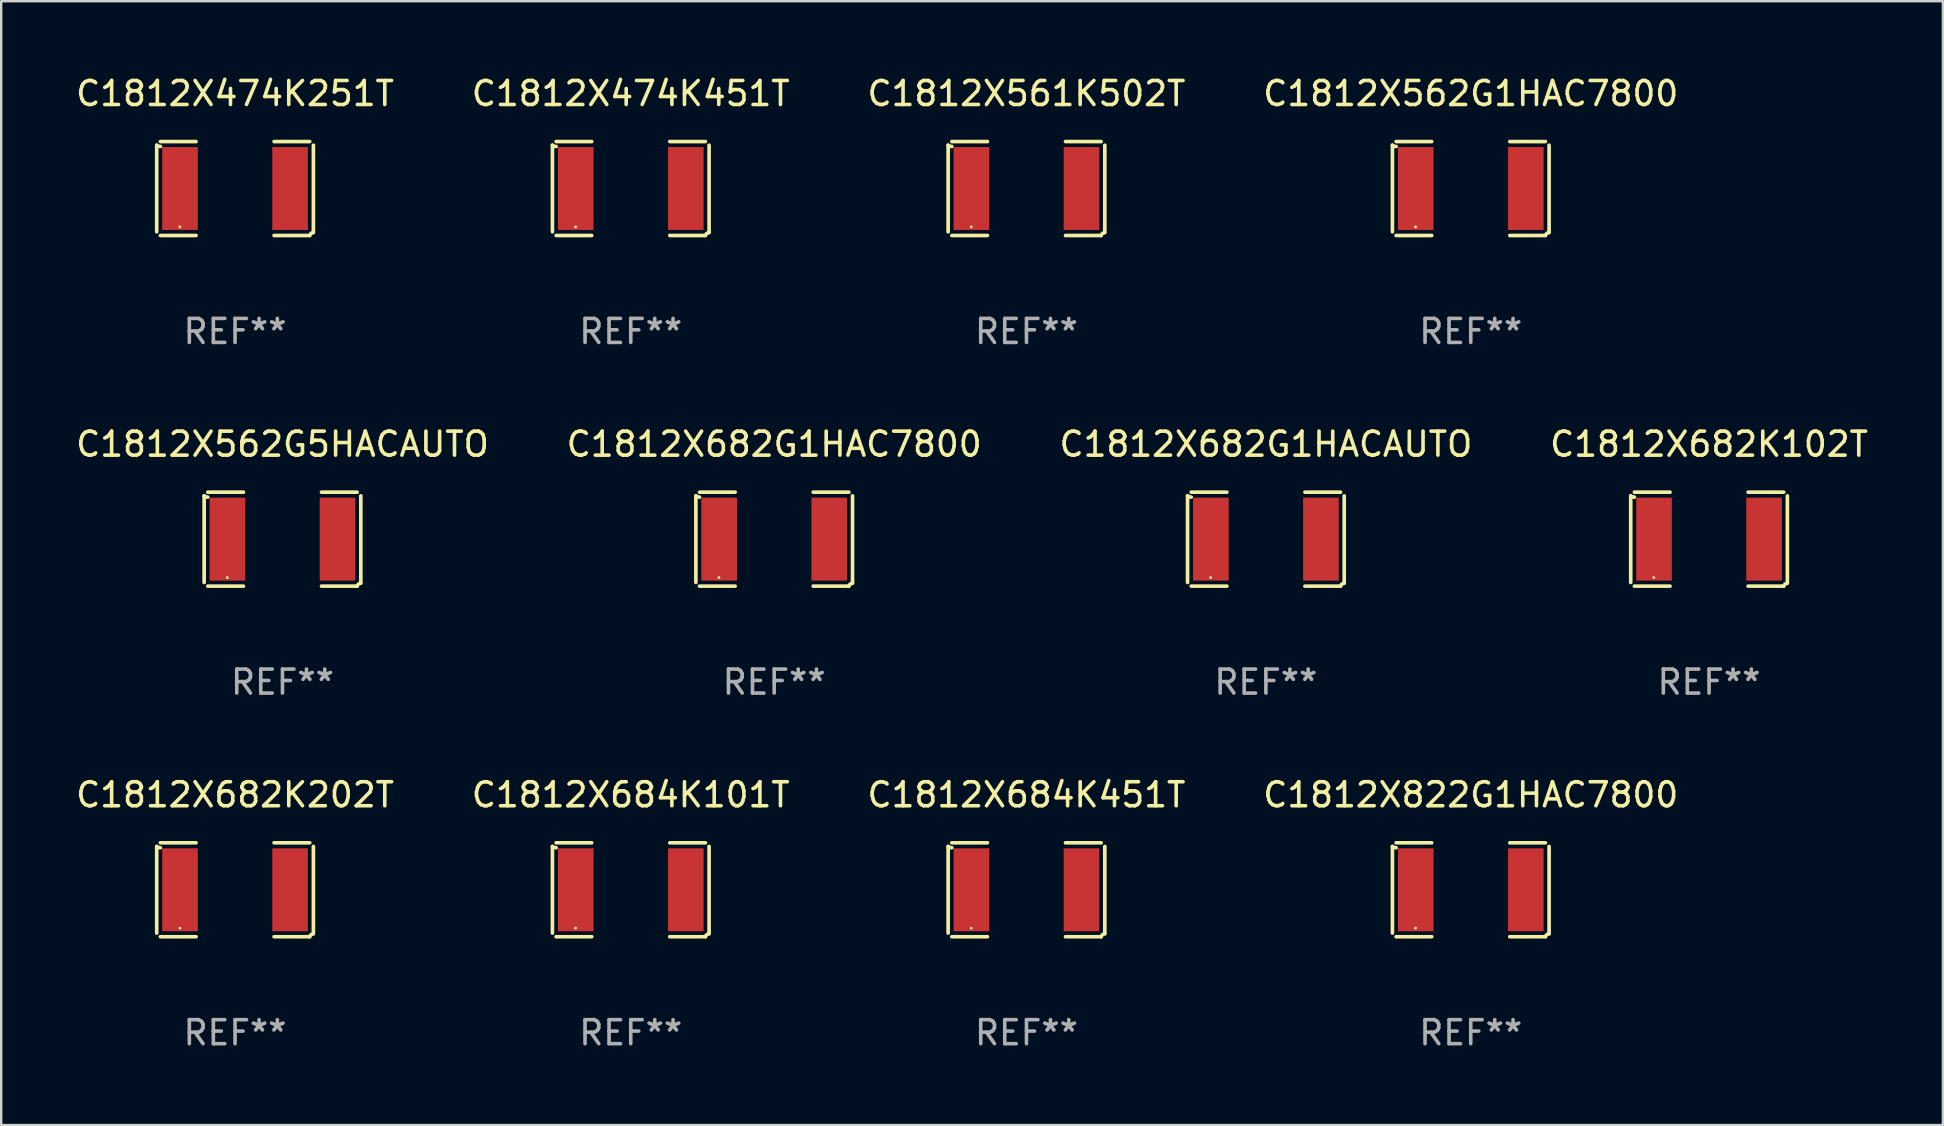
<source format=kicad_pcb>
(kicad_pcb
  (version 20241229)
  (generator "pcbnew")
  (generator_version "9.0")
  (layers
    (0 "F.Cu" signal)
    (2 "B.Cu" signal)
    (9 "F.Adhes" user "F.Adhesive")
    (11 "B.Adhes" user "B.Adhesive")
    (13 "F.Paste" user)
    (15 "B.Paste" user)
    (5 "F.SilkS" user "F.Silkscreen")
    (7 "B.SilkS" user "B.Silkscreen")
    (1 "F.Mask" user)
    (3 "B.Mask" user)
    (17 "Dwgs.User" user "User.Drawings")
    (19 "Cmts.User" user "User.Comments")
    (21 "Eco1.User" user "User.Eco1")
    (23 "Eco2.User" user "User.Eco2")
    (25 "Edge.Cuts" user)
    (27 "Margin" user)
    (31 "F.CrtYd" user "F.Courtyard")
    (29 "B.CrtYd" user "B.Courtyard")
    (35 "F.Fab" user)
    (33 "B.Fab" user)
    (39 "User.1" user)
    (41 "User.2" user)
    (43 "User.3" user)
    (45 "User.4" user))
  (footprint "C1812X561K502T"
    (layer "F.Cu")
    (at 39.72 4.805)
    (property "Reference" "C1812X561K502T" (at 0 -3.957 0) (layer "F.SilkS") (effects (font (size 1 1) (thickness 0.15))))
    (attr through_hole)
    (fp_line (start -3.264 1.804) (end -3.264 -1.804) (stroke (width 0.152) (type solid)) (layer "F.SilkS"))
    (fp_line (start -3.111 -1.957) (end -1.626 -1.957) (stroke (width 0.152) (type solid)) (layer "F.SilkS"))
    (fp_line (start -1.626 1.957) (end -3.111 1.957) (stroke (width 0.152) (type solid)) (layer "F.SilkS"))
    (fp_line (start 1.626 1.957) (end 3.111 1.957) (stroke (width 0.152) (type solid)) (layer "F.SilkS"))
    (fp_line (start 3.111 -1.957) (end 1.626 -1.957) (stroke (width 0.152) (type solid)) (layer "F.SilkS"))
    (fp_line (start 3.264 1.804) (end 3.264 -1.804) (stroke (width 0.152) (type solid)) (layer "F.SilkS"))
    (fp_arc (start -3.111202 -1.752192) (mid -3.191715 -1.76555) (end -3.263602 -1.804191) (stroke (width 0.1524) (type solid)) (layer "F.SilkS"))
    (fp_arc (start 3.111201 1.956591) (mid 3.167789 1.872777) (end 3.263602 1.840424) (stroke (width 0.1524) (type solid)) (layer "F.SilkS"))
    (fp_circle (center -2.3 1.6) (end -2.27 1.6) (stroke (width 0.06) (type solid)) (fill no) (layer "F.SilkS"))
    (fp_text user "REF**" (at 0 5.957 0) (layer "F.Fab") (effects (font (size 1 1) (thickness 0.15))))
    (pad "1" smd rect (at -2.293 0) (size 1.485 3.456) (layers "F.Cu" "F.Mask" "F.Paste"))
    (pad "2" smd rect (at 2.293 0) (size 1.485 3.456) (layers "F.Cu" "F.Mask" "F.Paste")))
  (footprint "C1812X682G1HAC7800"
    (layer "F.Cu")
    (at 29.208 19.415)
    (property "Reference" "C1812X682G1HAC7800" (at 0 -3.957 0) (layer "F.SilkS") (effects (font (size 1 1) (thickness 0.15))))
    (attr through_hole)
    (fp_line (start -3.264 1.804) (end -3.264 -1.804) (stroke (width 0.152) (type solid)) (layer "F.SilkS"))
    (fp_line (start -3.111 -1.957) (end -1.626 -1.957) (stroke (width 0.152) (type solid)) (layer "F.SilkS"))
    (fp_line (start -1.626 1.957) (end -3.111 1.957) (stroke (width 0.152) (type solid)) (layer "F.SilkS"))
    (fp_line (start 1.626 1.957) (end 3.111 1.957) (stroke (width 0.152) (type solid)) (layer "F.SilkS"))
    (fp_line (start 3.111 -1.957) (end 1.626 -1.957) (stroke (width 0.152) (type solid)) (layer "F.SilkS"))
    (fp_line (start 3.264 1.804) (end 3.264 -1.804) (stroke (width 0.152) (type solid)) (layer "F.SilkS"))
    (fp_arc (start -3.111202 -1.752192) (mid -3.191715 -1.76555) (end -3.263602 -1.804191) (stroke (width 0.1524) (type solid)) (layer "F.SilkS"))
    (fp_arc (start 3.111201 1.956591) (mid 3.167789 1.872777) (end 3.263602 1.840424) (stroke (width 0.1524) (type solid)) (layer "F.SilkS"))
    (fp_circle (center -2.3 1.6) (end -2.27 1.6) (stroke (width 0.06) (type solid)) (fill no) (layer "F.SilkS"))
    (fp_text user "REF**" (at 0 5.957 0) (layer "F.Fab") (effects (font (size 1 1) (thickness 0.15))))
    (pad "1" smd rect (at -2.293 0) (size 1.485 3.456) (layers "F.Cu" "F.Mask" "F.Paste"))
    (pad "2" smd rect (at 2.293 0) (size 1.485 3.456) (layers "F.Cu" "F.Mask" "F.Paste")))
  (footprint "C1812X684K101T"
    (layer "F.Cu")
    (at 23.232 34.024)
    (property "Reference" "C1812X684K101T" (at 0 -3.957 0) (layer "F.SilkS") (effects (font (size 1 1) (thickness 0.15))))
    (attr through_hole)
    (fp_line (start -3.264 1.804) (end -3.264 -1.804) (stroke (width 0.152) (type solid)) (layer "F.SilkS"))
    (fp_line (start -3.111 -1.957) (end -1.626 -1.957) (stroke (width 0.152) (type solid)) (layer "F.SilkS"))
    (fp_line (start -1.626 1.957) (end -3.111 1.957) (stroke (width 0.152) (type solid)) (layer "F.SilkS"))
    (fp_line (start 1.626 1.957) (end 3.111 1.957) (stroke (width 0.152) (type solid)) (layer "F.SilkS"))
    (fp_line (start 3.111 -1.957) (end 1.626 -1.957) (stroke (width 0.152) (type solid)) (layer "F.SilkS"))
    (fp_line (start 3.264 1.804) (end 3.264 -1.804) (stroke (width 0.152) (type solid)) (layer "F.SilkS"))
    (fp_arc (start -3.111202 -1.752192) (mid -3.191715 -1.76555) (end -3.263602 -1.804191) (stroke (width 0.1524) (type solid)) (layer "F.SilkS"))
    (fp_arc (start 3.111201 1.956591) (mid 3.167789 1.872777) (end 3.263602 1.840424) (stroke (width 0.1524) (type solid)) (layer "F.SilkS"))
    (fp_circle (center -2.3 1.6) (end -2.27 1.6) (stroke (width 0.06) (type solid)) (fill no) (layer "F.SilkS"))
    (fp_text user "REF**" (at 0 5.957 0) (layer "F.Fab") (effects (font (size 1 1) (thickness 0.15))))
    (pad "1" smd rect (at -2.293 0) (size 1.485 3.456) (layers "F.Cu" "F.Mask" "F.Paste"))
    (pad "2" smd rect (at 2.293 0) (size 1.485 3.456) (layers "F.Cu" "F.Mask" "F.Paste")))
  (footprint "C1812X474K451T"
    (layer "F.Cu")
    (at 23.232 4.805)
    (property "Reference" "C1812X474K451T" (at 0 -3.957 0) (layer "F.SilkS") (effects (font (size 1 1) (thickness 0.15))))
    (attr through_hole)
    (fp_line (start -3.264 1.804) (end -3.264 -1.804) (stroke (width 0.152) (type solid)) (layer "F.SilkS"))
    (fp_line (start -3.111 -1.957) (end -1.626 -1.957) (stroke (width 0.152) (type solid)) (layer "F.SilkS"))
    (fp_line (start -1.626 1.957) (end -3.111 1.957) (stroke (width 0.152) (type solid)) (layer "F.SilkS"))
    (fp_line (start 1.626 1.957) (end 3.111 1.957) (stroke (width 0.152) (type solid)) (layer "F.SilkS"))
    (fp_line (start 3.111 -1.957) (end 1.626 -1.957) (stroke (width 0.152) (type solid)) (layer "F.SilkS"))
    (fp_line (start 3.264 1.804) (end 3.264 -1.804) (stroke (width 0.152) (type solid)) (layer "F.SilkS"))
    (fp_arc (start -3.111202 -1.752192) (mid -3.191715 -1.76555) (end -3.263602 -1.804191) (stroke (width 0.1524) (type solid)) (layer "F.SilkS"))
    (fp_arc (start 3.111201 1.956591) (mid 3.167789 1.872777) (end 3.263602 1.840424) (stroke (width 0.1524) (type solid)) (layer "F.SilkS"))
    (fp_circle (center -2.3 1.6) (end -2.27 1.6) (stroke (width 0.06) (type solid)) (fill no) (layer "F.SilkS"))
    (fp_text user "REF**" (at 0 5.957 0) (layer "F.Fab") (effects (font (size 1 1) (thickness 0.15))))
    (pad "1" smd rect (at -2.293 0) (size 1.485 3.456) (layers "F.Cu" "F.Mask" "F.Paste"))
    (pad "2" smd rect (at 2.293 0) (size 1.485 3.456) (layers "F.Cu" "F.Mask" "F.Paste")))
  (footprint "C1812X684K451T"
    (layer "F.Cu")
    (at 39.72 34.024)
    (property "Reference" "C1812X684K451T" (at 0 -3.957 0) (layer "F.SilkS") (effects (font (size 1 1) (thickness 0.15))))
    (attr through_hole)
    (fp_line (start -3.264 1.804) (end -3.264 -1.804) (stroke (width 0.152) (type solid)) (layer "F.SilkS"))
    (fp_line (start -3.111 -1.957) (end -1.626 -1.957) (stroke (width 0.152) (type solid)) (layer "F.SilkS"))
    (fp_line (start -1.626 1.957) (end -3.111 1.957) (stroke (width 0.152) (type solid)) (layer "F.SilkS"))
    (fp_line (start 1.626 1.957) (end 3.111 1.957) (stroke (width 0.152) (type solid)) (layer "F.SilkS"))
    (fp_line (start 3.111 -1.957) (end 1.626 -1.957) (stroke (width 0.152) (type solid)) (layer "F.SilkS"))
    (fp_line (start 3.264 1.804) (end 3.264 -1.804) (stroke (width 0.152) (type solid)) (layer "F.SilkS"))
    (fp_arc (start -3.111202 -1.752192) (mid -3.191715 -1.76555) (end -3.263602 -1.804191) (stroke (width 0.1524) (type solid)) (layer "F.SilkS"))
    (fp_arc (start 3.111201 1.956591) (mid 3.167789 1.872777) (end 3.263602 1.840424) (stroke (width 0.1524) (type solid)) (layer "F.SilkS"))
    (fp_circle (center -2.3 1.6) (end -2.27 1.6) (stroke (width 0.06) (type solid)) (fill no) (layer "F.SilkS"))
    (fp_text user "REF**" (at 0 5.957 0) (layer "F.Fab") (effects (font (size 1 1) (thickness 0.15))))
    (pad "1" smd rect (at -2.293 0) (size 1.485 3.456) (layers "F.Cu" "F.Mask" "F.Paste"))
    (pad "2" smd rect (at 2.293 0) (size 1.485 3.456) (layers "F.Cu" "F.Mask" "F.Paste")))
  (footprint "C1812X562G1HAC7800"
    (layer "F.Cu")
    (at 58.232 4.805)
    (property "Reference" "C1812X562G1HAC7800" (at 0 -3.957 0) (layer "F.SilkS") (effects (font (size 1 1) (thickness 0.15))))
    (attr through_hole)
    (fp_line (start -3.264 1.804) (end -3.264 -1.804) (stroke (width 0.152) (type solid)) (layer "F.SilkS"))
    (fp_line (start -3.111 -1.957) (end -1.626 -1.957) (stroke (width 0.152) (type solid)) (layer "F.SilkS"))
    (fp_line (start -1.626 1.957) (end -3.111 1.957) (stroke (width 0.152) (type solid)) (layer "F.SilkS"))
    (fp_line (start 1.626 1.957) (end 3.111 1.957) (stroke (width 0.152) (type solid)) (layer "F.SilkS"))
    (fp_line (start 3.111 -1.957) (end 1.626 -1.957) (stroke (width 0.152) (type solid)) (layer "F.SilkS"))
    (fp_line (start 3.264 1.804) (end 3.264 -1.804) (stroke (width 0.152) (type solid)) (layer "F.SilkS"))
    (fp_arc (start -3.111202 -1.752192) (mid -3.191715 -1.76555) (end -3.263602 -1.804191) (stroke (width 0.1524) (type solid)) (layer "F.SilkS"))
    (fp_arc (start 3.111201 1.956591) (mid 3.167789 1.872777) (end 3.263602 1.840424) (stroke (width 0.1524) (type solid)) (layer "F.SilkS"))
    (fp_circle (center -2.3 1.6) (end -2.27 1.6) (stroke (width 0.06) (type solid)) (fill no) (layer "F.SilkS"))
    (fp_text user "REF**" (at 0 5.957 0) (layer "F.Fab") (effects (font (size 1 1) (thickness 0.15))))
    (pad "1" smd rect (at -2.293 0) (size 1.485 3.456) (layers "F.Cu" "F.Mask" "F.Paste"))
    (pad "2" smd rect (at 2.293 0) (size 1.485 3.456) (layers "F.Cu" "F.Mask" "F.Paste")))
  (footprint "C1812X682K102T"
    (layer "F.Cu")
    (at 68.161 19.415)
    (property "Reference" "C1812X682K102T" (at 0 -3.957 0) (layer "F.SilkS") (effects (font (size 1 1) (thickness 0.15))))
    (attr through_hole)
    (fp_line (start -3.264 1.804) (end -3.264 -1.804) (stroke (width 0.152) (type solid)) (layer "F.SilkS"))
    (fp_line (start -3.111 -1.957) (end -1.626 -1.957) (stroke (width 0.152) (type solid)) (layer "F.SilkS"))
    (fp_line (start -1.626 1.957) (end -3.111 1.957) (stroke (width 0.152) (type solid)) (layer "F.SilkS"))
    (fp_line (start 1.626 1.957) (end 3.111 1.957) (stroke (width 0.152) (type solid)) (layer "F.SilkS"))
    (fp_line (start 3.111 -1.957) (end 1.626 -1.957) (stroke (width 0.152) (type solid)) (layer "F.SilkS"))
    (fp_line (start 3.264 1.804) (end 3.264 -1.804) (stroke (width 0.152) (type solid)) (layer "F.SilkS"))
    (fp_arc (start -3.111202 -1.752192) (mid -3.191715 -1.76555) (end -3.263602 -1.804191) (stroke (width 0.1524) (type solid)) (layer "F.SilkS"))
    (fp_arc (start 3.111201 1.956591) (mid 3.167789 1.872777) (end 3.263602 1.840424) (stroke (width 0.1524) (type solid)) (layer "F.SilkS"))
    (fp_circle (center -2.3 1.6) (end -2.27 1.6) (stroke (width 0.06) (type solid)) (fill no) (layer "F.SilkS"))
    (fp_text user "REF**" (at 0 5.957 0) (layer "F.Fab") (effects (font (size 1 1) (thickness 0.15))))
    (pad "1" smd rect (at -2.293 0) (size 1.485 3.456) (layers "F.Cu" "F.Mask" "F.Paste"))
    (pad "2" smd rect (at 2.293 0) (size 1.485 3.456) (layers "F.Cu" "F.Mask" "F.Paste")))
  (footprint "C1812X474K251T"
    (layer "F.Cu")
    (at 6.744 4.805)
    (property "Reference" "C1812X474K251T" (at 0 -3.957 0) (layer "F.SilkS") (effects (font (size 1 1) (thickness 0.15))))
    (attr through_hole)
    (fp_line (start -3.264 1.804) (end -3.264 -1.804) (stroke (width 0.152) (type solid)) (layer "F.SilkS"))
    (fp_line (start -3.111 -1.957) (end -1.626 -1.957) (stroke (width 0.152) (type solid)) (layer "F.SilkS"))
    (fp_line (start -1.626 1.957) (end -3.111 1.957) (stroke (width 0.152) (type solid)) (layer "F.SilkS"))
    (fp_line (start 1.626 1.957) (end 3.111 1.957) (stroke (width 0.152) (type solid)) (layer "F.SilkS"))
    (fp_line (start 3.111 -1.957) (end 1.626 -1.957) (stroke (width 0.152) (type solid)) (layer "F.SilkS"))
    (fp_line (start 3.264 1.804) (end 3.264 -1.804) (stroke (width 0.152) (type solid)) (layer "F.SilkS"))
    (fp_arc (start -3.111202 -1.752192) (mid -3.191715 -1.76555) (end -3.263602 -1.804191) (stroke (width 0.1524) (type solid)) (layer "F.SilkS"))
    (fp_arc (start 3.111201 1.956591) (mid 3.167789 1.872777) (end 3.263602 1.840424) (stroke (width 0.1524) (type solid)) (layer "F.SilkS"))
    (fp_circle (center -2.3 1.6) (end -2.27 1.6) (stroke (width 0.06) (type solid)) (fill no) (layer "F.SilkS"))
    (fp_text user "REF**" (at 0 5.957 0) (layer "F.Fab") (effects (font (size 1 1) (thickness 0.15))))
    (pad "1" smd rect (at -2.293 0) (size 1.485 3.456) (layers "F.Cu" "F.Mask" "F.Paste"))
    (pad "2" smd rect (at 2.293 0) (size 1.485 3.456) (layers "F.Cu" "F.Mask" "F.Paste")))
  (footprint "C1812X562G5HACAUTO"
    (layer "F.Cu")
    (at 8.72 19.415)
    (property "Reference" "C1812X562G5HACAUTO" (at 0 -3.957 0) (layer "F.SilkS") (effects (font (size 1 1) (thickness 0.15))))
    (attr through_hole)
    (fp_line (start -3.264 1.804) (end -3.264 -1.804) (stroke (width 0.152) (type solid)) (layer "F.SilkS"))
    (fp_line (start -3.111 -1.957) (end -1.626 -1.957) (stroke (width 0.152) (type solid)) (layer "F.SilkS"))
    (fp_line (start -1.626 1.957) (end -3.111 1.957) (stroke (width 0.152) (type solid)) (layer "F.SilkS"))
    (fp_line (start 1.626 1.957) (end 3.111 1.957) (stroke (width 0.152) (type solid)) (layer "F.SilkS"))
    (fp_line (start 3.111 -1.957) (end 1.626 -1.957) (stroke (width 0.152) (type solid)) (layer "F.SilkS"))
    (fp_line (start 3.264 1.804) (end 3.264 -1.804) (stroke (width 0.152) (type solid)) (layer "F.SilkS"))
    (fp_arc (start -3.111202 -1.752192) (mid -3.191715 -1.76555) (end -3.263602 -1.804191) (stroke (width 0.1524) (type solid)) (layer "F.SilkS"))
    (fp_arc (start 3.111201 1.956591) (mid 3.167789 1.872777) (end 3.263602 1.840424) (stroke (width 0.1524) (type solid)) (layer "F.SilkS"))
    (fp_circle (center -2.3 1.6) (end -2.27 1.6) (stroke (width 0.06) (type solid)) (fill no) (layer "F.SilkS"))
    (fp_text user "REF**" (at 0 5.957 0) (layer "F.Fab") (effects (font (size 1 1) (thickness 0.15))))
    (pad "1" smd rect (at -2.293 0) (size 1.485 3.456) (layers "F.Cu" "F.Mask" "F.Paste"))
    (pad "2" smd rect (at 2.293 0) (size 1.485 3.456) (layers "F.Cu" "F.Mask" "F.Paste")))
  (footprint "C1812X682K202T"
    (layer "F.Cu")
    (at 6.744 34.024)
    (property "Reference" "C1812X682K202T" (at 0 -3.957 0) (layer "F.SilkS") (effects (font (size 1 1) (thickness 0.15))))
    (attr through_hole)
    (fp_line (start -3.264 1.804) (end -3.264 -1.804) (stroke (width 0.152) (type solid)) (layer "F.SilkS"))
    (fp_line (start -3.111 -1.957) (end -1.626 -1.957) (stroke (width 0.152) (type solid)) (layer "F.SilkS"))
    (fp_line (start -1.626 1.957) (end -3.111 1.957) (stroke (width 0.152) (type solid)) (layer "F.SilkS"))
    (fp_line (start 1.626 1.957) (end 3.111 1.957) (stroke (width 0.152) (type solid)) (layer "F.SilkS"))
    (fp_line (start 3.111 -1.957) (end 1.626 -1.957) (stroke (width 0.152) (type solid)) (layer "F.SilkS"))
    (fp_line (start 3.264 1.804) (end 3.264 -1.804) (stroke (width 0.152) (type solid)) (layer "F.SilkS"))
    (fp_arc (start -3.111202 -1.752192) (mid -3.191715 -1.76555) (end -3.263602 -1.804191) (stroke (width 0.1524) (type solid)) (layer "F.SilkS"))
    (fp_arc (start 3.111201 1.956591) (mid 3.167789 1.872777) (end 3.263602 1.840424) (stroke (width 0.1524) (type solid)) (layer "F.SilkS"))
    (fp_circle (center -2.3 1.6) (end -2.27 1.6) (stroke (width 0.06) (type solid)) (fill no) (layer "F.SilkS"))
    (fp_text user "REF**" (at 0 5.957 0) (layer "F.Fab") (effects (font (size 1 1) (thickness 0.15))))
    (pad "1" smd rect (at -2.293 0) (size 1.485 3.456) (layers "F.Cu" "F.Mask" "F.Paste"))
    (pad "2" smd rect (at 2.293 0) (size 1.485 3.456) (layers "F.Cu" "F.Mask" "F.Paste")))
  (footprint "C1812X822G1HAC7800"
    (layer "F.Cu")
    (at 58.232 34.024)
    (property "Reference" "C1812X822G1HAC7800" (at 0 -3.957 0) (layer "F.SilkS") (effects (font (size 1 1) (thickness 0.15))))
    (attr through_hole)
    (fp_line (start -3.264 1.804) (end -3.264 -1.804) (stroke (width 0.152) (type solid)) (layer "F.SilkS"))
    (fp_line (start -3.111 -1.957) (end -1.626 -1.957) (stroke (width 0.152) (type solid)) (layer "F.SilkS"))
    (fp_line (start -1.626 1.957) (end -3.111 1.957) (stroke (width 0.152) (type solid)) (layer "F.SilkS"))
    (fp_line (start 1.626 1.957) (end 3.111 1.957) (stroke (width 0.152) (type solid)) (layer "F.SilkS"))
    (fp_line (start 3.111 -1.957) (end 1.626 -1.957) (stroke (width 0.152) (type solid)) (layer "F.SilkS"))
    (fp_line (start 3.264 1.804) (end 3.264 -1.804) (stroke (width 0.152) (type solid)) (layer "F.SilkS"))
    (fp_arc (start -3.111202 -1.752192) (mid -3.191715 -1.76555) (end -3.263602 -1.804191) (stroke (width 0.1524) (type solid)) (layer "F.SilkS"))
    (fp_arc (start 3.111201 1.956591) (mid 3.167789 1.872777) (end 3.263602 1.840424) (stroke (width 0.1524) (type solid)) (layer "F.SilkS"))
    (fp_circle (center -2.3 1.6) (end -2.27 1.6) (stroke (width 0.06) (type solid)) (fill no) (layer "F.SilkS"))
    (fp_text user "REF**" (at 0 5.957 0) (layer "F.Fab") (effects (font (size 1 1) (thickness 0.15))))
    (pad "1" smd rect (at -2.293 0) (size 1.485 3.456) (layers "F.Cu" "F.Mask" "F.Paste"))
    (pad "2" smd rect (at 2.293 0) (size 1.485 3.456) (layers "F.Cu" "F.Mask" "F.Paste")))
  (footprint "C1812X682G1HACAUTO"
    (layer "F.Cu")
    (at 49.696 19.415)
    (property "Reference" "C1812X682G1HACAUTO" (at 0 -3.957 0) (layer "F.SilkS") (effects (font (size 1 1) (thickness 0.15))))
    (attr through_hole)
    (fp_line (start -3.264 1.804) (end -3.264 -1.804) (stroke (width 0.152) (type solid)) (layer "F.SilkS"))
    (fp_line (start -3.111 -1.957) (end -1.626 -1.957) (stroke (width 0.152) (type solid)) (layer "F.SilkS"))
    (fp_line (start -1.626 1.957) (end -3.111 1.957) (stroke (width 0.152) (type solid)) (layer "F.SilkS"))
    (fp_line (start 1.626 1.957) (end 3.111 1.957) (stroke (width 0.152) (type solid)) (layer "F.SilkS"))
    (fp_line (start 3.111 -1.957) (end 1.626 -1.957) (stroke (width 0.152) (type solid)) (layer "F.SilkS"))
    (fp_line (start 3.264 1.804) (end 3.264 -1.804) (stroke (width 0.152) (type solid)) (layer "F.SilkS"))
    (fp_arc (start -3.111202 -1.752192) (mid -3.191715 -1.76555) (end -3.263602 -1.804191) (stroke (width 0.1524) (type solid)) (layer "F.SilkS"))
    (fp_arc (start 3.111201 1.956591) (mid 3.167789 1.872777) (end 3.263602 1.840424) (stroke (width 0.1524) (type solid)) (layer "F.SilkS"))
    (fp_circle (center -2.3 1.6) (end -2.27 1.6) (stroke (width 0.06) (type solid)) (fill no) (layer "F.SilkS"))
    (fp_text user "REF**" (at 0 5.957 0) (layer "F.Fab") (effects (font (size 1 1) (thickness 0.15))))
    (pad "1" smd rect (at -2.293 0) (size 1.485 3.456) (layers "F.Cu" "F.Mask" "F.Paste"))
    (pad "2" smd rect (at 2.293 0) (size 1.485 3.456) (layers "F.Cu" "F.Mask" "F.Paste")))
  (gr_rect
    (start -3 -3)
    (end 77.905 43.829)
    (stroke (width 0.1) (type default))
    (fill no)
    (layer "Edge.Cuts")))
</source>
